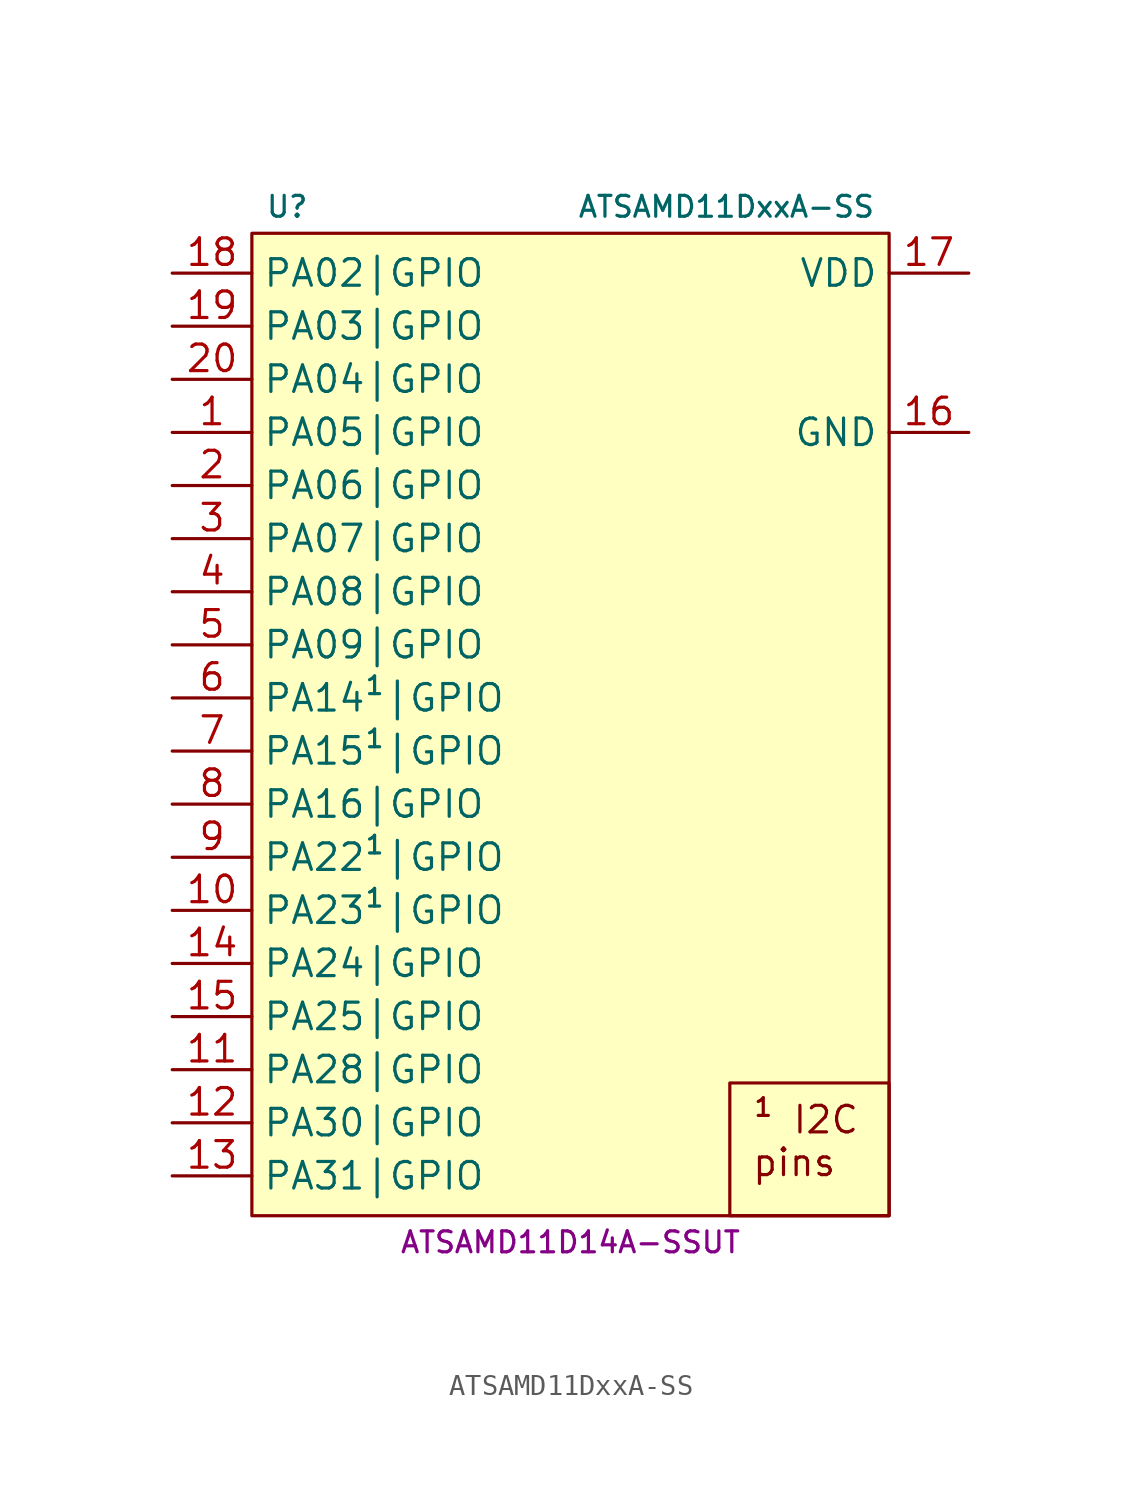
<source format=kicad_sym>
(kicad_symbol_lib
  (version 20231120)
  (generator "kicad_symbol_editor")
  (generator_version "8.0")
  (symbol "ATSAMD11DxxA-SS"
    (property "Reference" "U"
      (at -14.605 23.495 0)
      (do_not_autoplace)
      (effects (font (size 1 1)) (justify left)))
    (property "Value" "ATSAMD11DxxA-SS"
      (at 14.605 23.495 0)
      (do_not_autoplace)
      (effects (font (size 1 1)) (justify right)))
    (property "MPN" "ATSAMD11D14A-SSUT"
      (at 0 -26.035 0)
      (do_not_autoplace)
      (effects (font (size 1 1))))
    (symbol "ATSAMD11DxxA-SS_0_1"
      (rectangle (start -15.24 22.225) (end 15.24 -24.765) (stroke (width 0.152) (type default)) (fill (type background))))
    (symbol "ATSAMD11DxxA-SS_1_1"
      (text_box "¹ I2C pins" (at 7.62 -18.415 0) (size 7.62 -6.35) (stroke (width 0) (type default)) (fill (type none)) (effects (font (size 1.27 1.27)) (justify left top)))
      (pin bidirectional line (at -19.05 12.7 0) (length 3.81) (name "PA05|GPIO" (effects (font (size 1.27 1.27)))) (number "1" (effects (font (size 1.27 1.27)))) (alternate "PA05|A:EXTINT.5" input line) (alternate "PA05|B:AC.IN1" input line) (alternate "PA05|B:ADC.IN3" input line) (alternate "PA05|B:PTC.Y3" bidirectional line) (alternate "PA05|C1:SERCOM0.SCK" bidirectional clock) (alternate "PA05|C1:SERCOM0.XCK" bidirectional clock) (alternate "PA05|C2:SERCOM0.MO/SO" output line) (alternate "PA05|C2:SERCOM0.~{CTS}" input inverted) (alternate "PA05|C3:SERCOM0.MI/SI" input line) (alternate "PA05|C3:SERCOM0.RX" input line) (alternate "PA05|C3:SERCOM0.SCK" bidirectional clock) (alternate "PA05|C:SERCOM0.PAD3" bidirectional line) (alternate "PA05|D0:SERCOM0.SCK" bidirectional clock) (alternate "PA05|D0:SERCOM0.XCK" bidirectional clock) (alternate "PA05|D1:SERCOM0.MI/SI" input line) (alternate "PA05|D1:SERCOM0.RX" input line) (alternate "PA05|D1:SERCOM0.~{SS}" input inverted) (alternate "PA05|D2:SERCOM0.SCK" bidirectional clock) (alternate "PA05|D3:SERCOM0.~{SS}" input inverted) (alternate "PA05|D:SERCOM0.PAD1" bidirectional line) (alternate "PA05|E:TC1.WO1" output line) (alternate "PA05|F:TCC0.WO1" output line))
      (pin bidirectional line (at -19.05 -10.16 0) (length 3.81) (name "PA23¹|GPIO" (effects (font (size 1.27 1.27)))) (number "10" (effects (font (size 1.27 1.27)))) (alternate "PA23¹|A:EXTINT.7" input line) (alternate "PA23¹|B:PTC.X7" input line) (alternate "PA23¹|B:PTC.Y13" bidirectional line) (alternate "PA23¹|C0:SERCOM1.SCK" bidirectional clock) (alternate "PA23¹|C0:SERCOM1.XCK" bidirectional clock) (alternate "PA23¹|C1:SERCOM1.MI/SI" input line) (alternate "PA23¹|C1:SERCOM1.RX" input line) (alternate "PA23¹|C1:SERCOM1.~{SS}" input inverted) (alternate "PA23¹|C2:SERCOM1.SCK" bidirectional clock) (alternate "PA23¹|C3:SERCOM1.~{SS}" input inverted) (alternate "PA23¹|C:SERCOM1.PAD1" bidirectional line) (alternate "PA23¹|C:SERCOM1.SCL" open_collector clock) (alternate "PA23¹|D0:SERCOM2.SCK" bidirectional clock) (alternate "PA23¹|D0:SERCOM2.XCK" bidirectional clock) (alternate "PA23¹|D1:SERCOM2.MI/SI" input line) (alternate "PA23¹|D1:SERCOM2.RX" input line) (alternate "PA23¹|D1:SERCOM2.~{SS}" input inverted) (alternate "PA23¹|D2:SERCOM2.SCK" bidirectional clock) (alternate "PA23¹|D3:SERCOM2.~{SS}" input inverted) (alternate "PA23¹|D:SERCOM2.PAD1" bidirectional line) (alternate "PA23¹|D:SERCOM2.SCL" open_collector clock) (alternate "PA23¹|E:TC1.WO1" output line) (alternate "PA23¹|F:TCC0.WO5" output line) (alternate "PA23¹|G:USB.SOF" output clock) (alternate "PA23¹|H:GCLK.IO2" bidirectional clock))
      (pin bidirectional line (at -19.05 -17.78 0) (length 3.81) (name "PA28|GPIO" (effects (font (size 1.27 1.27)))) (number "11" (effects (font (size 1.27 1.27)))) (alternate "~{RST}" input inverted))
      (pin bidirectional line (at -19.05 -20.32 0) (length 3.81) (name "PA30|GPIO" (effects (font (size 1.27 1.27)))) (number "12" (effects (font (size 1.27 1.27)))) (alternate "PA30|A:EXTINT.2" input line) (alternate "PA30|C0:SERCOM1.MI/SI" input line) (alternate "PA30|C0:SERCOM1.MO/SO" output line) (alternate "PA30|C0:SERCOM1.RX" input line) (alternate "PA30|C0:SERCOM1.TX" output line) (alternate "PA30|C0:SERCOM1.~{RTS}" output inverted) (alternate "PA30|C2:SERCOM1.TX" output line) (alternate "PA30|C3:SERCOM1.MO/SO" output line) (alternate "PA30|C:SERCOM1.PAD0" bidirectional line) (alternate "PA30|D0:SERCOM1.~{SS}" input inverted) (alternate "PA30|D1:SERCOM1.MO/SO" output line) (alternate "PA30|D1:SERCOM1.TX" output line) (alternate "PA30|D2:SERCOM1.MI/SI" input line) (alternate "PA30|D2:SERCOM1.RX" input line) (alternate "PA30|D2:SERCOM1.~{SS}" input inverted) (alternate "PA30|D:SERCOM1.PAD2" bidirectional line) (alternate "PA30|E:TC2.WO0" output line) (alternate "PA30|F:TCC0.WO2" output line) (alternate "PA30|G:SWCLK" input clock) (alternate "PA30|H:GCLK.IO0" bidirectional clock))
      (pin bidirectional line (at -19.05 -22.86 0) (length 3.81) (name "PA31|GPIO" (effects (font (size 1.27 1.27)))) (number "13" (effects (font (size 1.27 1.27)))) (alternate "PA31|A:EXTINT.3" input line) (alternate "PA31|C0:SERCOM1.SCK" bidirectional clock) (alternate "PA31|C0:SERCOM1.XCK" bidirectional clock) (alternate "PA31|C1:SERCOM1.MI/SI" input line) (alternate "PA31|C1:SERCOM1.RX" input line) (alternate "PA31|C1:SERCOM1.~{SS}" input inverted) (alternate "PA31|C2:SERCOM1.SCK" bidirectional clock) (alternate "PA31|C3:SERCOM1.~{SS}" input inverted) (alternate "PA31|C:SERCOM1.PAD1" bidirectional line) (alternate "PA31|D1:SERCOM1.SCK" bidirectional clock) (alternate "PA31|D1:SERCOM1.XCK" bidirectional clock) (alternate "PA31|D2:SERCOM1.~{CTS}" input inverted) (alternate "PA31|D3:SERCOM1.MI/SI" input line) (alternate "PA31|D3:SERCOM1.MO/SO" output line) (alternate "PA31|D3:SERCOM1.RX" input line) (alternate "PA31|D3:SERCOM1.SCK" bidirectional clock) (alternate "PA31|D:SERCOM1.PAD3" bidirectional line) (alternate "PA31|E:TC2.WO1" output line) (alternate "PA31|F:TCC0.WO3" output line) (alternate "PA31|G:SWDIO" bidirectional line) (alternate "PA31|H:GCLK.IO0" bidirectional clock))
      (pin bidirectional line (at -19.05 -12.7 0) (length 3.81) (name "PA24|GPIO" (effects (font (size 1.27 1.27)))) (number "14" (effects (font (size 1.27 1.27)))) (alternate "PA24|A:EXTINT.4" input line) (alternate "PA24|B:PTC.X8" input line) (alternate "PA24|B:PTC.Y14" bidirectional line) (alternate "PA24|C0:SERCOM1.~{SS}" input inverted) (alternate "PA24|C1:SERCOM1.MO/SO" output line) (alternate "PA24|C1:SERCOM1.TX" output line) (alternate "PA24|C2:SERCOM1.MI/SI" input line) (alternate "PA24|C2:SERCOM1.RX" input line) (alternate "PA24|C2:SERCOM1.~{RTS}" output inverted) (alternate "PA24|C2:SERCOM1.~{SS}" input inverted) (alternate "PA24|C:SERCOM1.PAD2" bidirectional line) (alternate "PA24|D0:SERCOM2.~{SS}" input inverted) (alternate "PA24|D1:SERCOM2.MO/SO" output line) (alternate "PA24|D1:SERCOM2.TX" output line) (alternate "PA24|D2:SERCOM2.MI/SI" input line) (alternate "PA24|D2:SERCOM2.RX" input line) (alternate "PA24|D2:SERCOM2.~{RTS}" output inverted) (alternate "PA24|D2:SERCOM2.~{SS}" input inverted) (alternate "PA24|D:SERCOM2.PAD2" bidirectional line) (alternate "PA24|E:TCC0.WO2" output line) (alternate "PA24|F:TCC0.WO4" output line) (alternate "PA24|G:USB.D-" bidirectional inverted) (alternate "PA24|H:GCLK.IO0" bidirectional clock))
      (pin bidirectional line (at -19.05 -15.24 0) (length 3.81) (name "PA25|GPIO" (effects (font (size 1.27 1.27)))) (number "15" (effects (font (size 1.27 1.27)))) (alternate "PA25|A:EXTINT.5" input line) (alternate "PA25|B:PTC.X9" input line) (alternate "PA25|B:PTC.Y15" bidirectional line) (alternate "PA25|C1:SERCOM1.SCK" bidirectional clock) (alternate "PA25|C1:SERCOM1.XCK" bidirectional clock) (alternate "PA25|C2:SERCOM1.MO/SO" output line) (alternate "PA25|C2:SERCOM1.~{CTS}" input inverted) (alternate "PA25|C3:SERCOM1.MI/SI" input line) (alternate "PA25|C3:SERCOM1.RX" input line) (alternate "PA25|C3:SERCOM1.SCK" bidirectional clock) (alternate "PA25|C:SERCOM1.PAD3" bidirectional line) (alternate "PA25|D1:SERCOM2.SCK" bidirectional clock) (alternate "PA25|D1:SERCOM2.XCK" bidirectional clock) (alternate "PA25|D2:SERCOM2.MO/SO" output line) (alternate "PA25|D2:SERCOM2.~{CTS}" input inverted) (alternate "PA25|D3:SERCOM2.MI/SI" input line) (alternate "PA25|D3:SERCOM2.RX" input line) (alternate "PA25|D3:SERCOM2.SCK" bidirectional clock) (alternate "PA25|D:SERCOM2.PAD3" bidirectional line) (alternate "PA25|E:TCC0.WO3" output line) (alternate "PA25|G:USB.D+" bidirectional line) (alternate "PA25|H:GCLK.IO0" bidirectional clock))
      (pin power_in line (at 19.05 12.7 180) (length 3.81) (name "GND" (effects (font (size 1.27 1.27)))) (number "16" (effects (font (size 1.27 1.27)))))
      (pin power_in line (at 19.05 20.32 180) (length 3.81) (name "VDD" (effects (font (size 1.27 1.27)))) (number "17" (effects (font (size 1.27 1.27)))))
      (pin bidirectional line (at -19.05 20.32 0) (length 3.81) (name "PA02|GPIO" (effects (font (size 1.27 1.27)))) (number "18" (effects (font (size 1.27 1.27)))) (alternate "PA02|A:EXTINT.2" input line) (alternate "PA02|B:ADC.IN0" input line) (alternate "PA02|B:DAC.VOUT" output line) (alternate "PA02|B:PTC.Y0" bidirectional line))
      (pin bidirectional line (at -19.05 17.78 0) (length 3.81) (name "PA03|GPIO" (effects (font (size 1.27 1.27)))) (number "19" (effects (font (size 1.27 1.27)))) (alternate "PA03|A:EXTINT.3" input line) (alternate "PA03|B:ADC.IN1" input line) (alternate "PA03|B:ADC.VREFA" input line) (alternate "PA03|B:DAC.VREFA" input line) (alternate "PA03|B:PTC.Y1" bidirectional line))
      (pin bidirectional line (at -19.05 10.16 0) (length 3.81) (name "PA06|GPIO" (effects (font (size 1.27 1.27)))) (number "2" (effects (font (size 1.27 1.27)))) (alternate "PA06|A:EXTINT.6" input line) (alternate "PA06|B:AC.IN2" input line) (alternate "PA06|B:ADC.IN4" input line) (alternate "PA06|B:PTC.Y4" bidirectional line) (alternate "PA06|C0:SERCOM0.MI/SI" input line) (alternate "PA06|C0:SERCOM0.MO/SO" output line) (alternate "PA06|C0:SERCOM0.RX" input line) (alternate "PA06|C0:SERCOM0.TX" output line) (alternate "PA06|C2:SERCOM0.TX" output line) (alternate "PA06|C3:SERCOM0.MO/SO" output line) (alternate "PA06|C:SERCOM0.PAD0" bidirectional line) (alternate "PA06|D0:SERCOM0.~{SS}" input inverted) (alternate "PA06|D1:SERCOM0.MO/SO" output line) (alternate "PA06|D1:SERCOM0.TX" output line) (alternate "PA06|D2:SERCOM0.MI/SI" input line) (alternate "PA06|D2:SERCOM0.RX" input line) (alternate "PA06|D2:SERCOM0.~{RTS}" output inverted) (alternate "PA06|D2:SERCOM0.~{SS}" input inverted) (alternate "PA06|D:SERCOM0.PAD2" bidirectional line) (alternate "PA06|E:TC2.WO0" output line) (alternate "PA06|F:TCC0.WO2" output line))
      (pin bidirectional line (at -19.05 15.24 0) (length 3.81) (name "PA04|GPIO" (effects (font (size 1.27 1.27)))) (number "20" (effects (font (size 1.27 1.27)))) (alternate "PA04|A:EXTINT.4" input line) (alternate "PA04|B:AC.IN0" input line) (alternate "PA04|B:ADC.IN2" input line) (alternate "PA04|B:ADC.VREFB" input line) (alternate "PA04|B:PTC.Y2" bidirectional line) (alternate "PA04|C0:SERCOM0.~{SS}" input inverted) (alternate "PA04|C1:SERCOM0.MO/SO" output line) (alternate "PA04|C1:SERCOM0.TX" output line) (alternate "PA04|C2:SERCOM0.MI/SI" input line) (alternate "PA04|C2:SERCOM0.RX" input line) (alternate "PA04|C2:SERCOM0.~{RTS}" output inverted) (alternate "PA04|C2:SERCOM0.~{SS}" input inverted) (alternate "PA04|C:SERCOM0.PAD2" bidirectional line) (alternate "PA04|D0:SERCOM0.MI/SI" input line) (alternate "PA04|D0:SERCOM0.MO/SO" output line) (alternate "PA04|D0:SERCOM0.RX" input line) (alternate "PA04|D0:SERCOM0.TX" output line) (alternate "PA04|D2:SERCOM0.TX" output line) (alternate "PA04|D3:SERCOM0.MO/SO" output line) (alternate "PA04|D:SERCOM0.PAD0" bidirectional line) (alternate "PA04|E:TC1.WO0" output line) (alternate "PA04|F:TCC0.WO0" output line))
      (pin bidirectional line (at -19.05 7.62 0) (length 3.81) (name "PA07|GPIO" (effects (font (size 1.27 1.27)))) (number "3" (effects (font (size 1.27 1.27)))) (alternate "PA07|A:EXTINT.7" input line) (alternate "PA07|B:AC.IN3" input line) (alternate "PA07|B:ADC.IN5" input line) (alternate "PA07|B:PTC.Y5" bidirectional line) (alternate "PA07|C0:SERCOM0.SCK" bidirectional clock) (alternate "PA07|C0:SERCOM0.XCK" bidirectional clock) (alternate "PA07|C1:SERCOM0.MI/SI" input line) (alternate "PA07|C1:SERCOM0.RX" input line) (alternate "PA07|C1:SERCOM0.~{SS}" input inverted) (alternate "PA07|C2:SERCOM0.SCK" bidirectional clock) (alternate "PA07|C2:SERCOM0.~{SS}" input inverted) (alternate "PA07|C:SERCOM0.PAD1" bidirectional line) (alternate "PA07|D1:SERCOM0.SCK" bidirectional clock) (alternate "PA07|D1:SERCOM0.XCK" bidirectional clock) (alternate "PA07|D2:SERCOM0.MO/SO" output line) (alternate "PA07|D2:SERCOM0.~{CTS}" input inverted) (alternate "PA07|D3:SERCOM0.MI/SI" input line) (alternate "PA07|D3:SERCOM0.RX" input line) (alternate "PA07|D3:SERCOM0.SCK" bidirectional clock) (alternate "PA07|D:SERCOM0.PAD3" bidirectional line) (alternate "PA07|E:TC2.WO1" output line) (alternate "PA07|F:TCC0.WO3" output line))
      (pin bidirectional line (at -19.05 5.08 0) (length 3.81) (name "PA08|GPIO" (effects (font (size 1.27 1.27)))) (number "4" (effects (font (size 1.27 1.27)))) (alternate "PA08|A:EXTINT.6" input line) (alternate "PA08|C0:SERCOM1.~{SS}" input inverted) (alternate "PA08|C1:SERCOM1.MO/SO" output line) (alternate "PA08|C1:SERCOM1.TX" output line) (alternate "PA08|C2:SERCOM1.MI/SI" input line) (alternate "PA08|C2:SERCOM1.RX" input line) (alternate "PA08|C2:SERCOM1.~{RTS}" output inverted) (alternate "PA08|C2:SERCOM1.~{SS}" input inverted) (alternate "PA08|C:SERCOM1.PAD2" bidirectional line) (alternate "PA08|D0:SERCOM0.~{SS}" input inverted) (alternate "PA08|D1:SERCOM0.MO/SO" output line) (alternate "PA08|D1:SERCOM0.TX" output line) (alternate "PA08|D2:SERCOM0.MI/SI" input line) (alternate "PA08|D2:SERCOM0.RX" input line) (alternate "PA08|D2:SERCOM0.~{RTS}" output inverted) (alternate "PA08|D2:SERCOM0.~{SS}" input inverted) (alternate "PA08|D:SERCOM0.PAD2" bidirectional line) (alternate "PA08|E:TCC0.WO2" output line) (alternate "PA08|F:TCC0.WO4" output line) (alternate "PA08|H:GCLK.IO0" bidirectional clock) (alternate "PA08|XIN" input clock) (alternate "PA08|XIN32" input clock))
      (pin bidirectional line (at -19.05 2.54 0) (length 3.81) (name "PA09|GPIO" (effects (font (size 1.27 1.27)))) (number "5" (effects (font (size 1.27 1.27)))) (alternate "PA09|A:EXTINT.7" input line) (alternate "PA09|C1:SERCOM1.SCK" bidirectional clock) (alternate "PA09|C1:SERCOM1.XCK" bidirectional clock) (alternate "PA09|C2:SERCOM1.MO/SO" output line) (alternate "PA09|C2:SERCOM1.~{CTS}" input inverted) (alternate "PA09|C3:SERCOM1.MI/SI" input line) (alternate "PA09|C3:SERCOM1.RX" input line) (alternate "PA09|C3:SERCOM1.SCK" bidirectional clock) (alternate "PA09|C:SERCOM1.PAD3" bidirectional line) (alternate "PA09|D1:SERCOM0.SCK" bidirectional clock) (alternate "PA09|D1:SERCOM0.XCK" bidirectional clock) (alternate "PA09|D2:SERCOM0.MO/SO" output line) (alternate "PA09|D2:SERCOM0.~{CTS}" input inverted) (alternate "PA09|D3:SERCOM0.MI/SI" input line) (alternate "PA09|D3:SERCOM0.RX" input line) (alternate "PA09|D3:SERCOM0.SCK" bidirectional clock) (alternate "PA09|D:SERCOM0.PAD3" bidirectional line) (alternate "PA09|E:TCC0.WO3" output line) (alternate "PA09|F:TCC0.WO5" output line) (alternate "PA09|H:GCLK.IO1" bidirectional clock) (alternate "PA09|XOUT" output clock) (alternate "PA09|XOUT32" output clock))
      (pin bidirectional line (at -19.05 0 0) (length 3.81) (name "PA14¹|GPIO" (effects (font (size 1.27 1.27)))) (number "6" (effects (font (size 1.27 1.27)))) (alternate "PA14¹|A:NMI" input line) (alternate "PA14¹|B:AC.CMP0" output line) (alternate "PA14¹|B:ADC.IN6" input line) (alternate "PA14¹|B:PTC.X0" input line) (alternate "PA14¹|B:PTC.Y6" bidirectional line) (alternate "PA14¹|C0:SERCOM0.MI/SI" input line) (alternate "PA14¹|C0:SERCOM0.MO/SO" output line) (alternate "PA14¹|C0:SERCOM0.RX" input line) (alternate "PA14¹|C0:SERCOM0.TX" output line) (alternate "PA14¹|C2:SERCOM0.TX" output line) (alternate "PA14¹|C3:SERCOM0.MO/SO" output line) (alternate "PA14¹|C:SERCOM0.PAD0" bidirectional line) (alternate "PA14¹|C:SERCOM0.SDA" open_collector line) (alternate "PA14¹|D0:SERCOM2.MI/SI" input line) (alternate "PA14¹|D0:SERCOM2.MO/SO" output line) (alternate "PA14¹|D0:SERCOM2.RX" input line) (alternate "PA14¹|D0:SERCOM2.TX" output line) (alternate "PA14¹|D2:SERCOM2.TX" output line) (alternate "PA14¹|D3:SERCOM2.MO/SO" output line) (alternate "PA14¹|D:SERCOM2.PAD0" bidirectional line) (alternate "PA14¹|D:SERCOM2.SDA" open_collector line) (alternate "PA14¹|E:TC1.WO0" output line) (alternate "PA14¹|F:TCC0.WO0" output line) (alternate "PA14¹|H:GCLK.IO4" bidirectional clock))
      (pin bidirectional line (at -19.05 -2.54 0) (length 3.81) (name "PA15¹|GPIO" (effects (font (size 1.27 1.27)))) (number "7" (effects (font (size 1.27 1.27)))) (alternate "PA15¹|A:EXTINT.1" input line) (alternate "PA15¹|B:AC.CMP1" output line) (alternate "PA15¹|B:ADC.IN7" input line) (alternate "PA15¹|B:PTC.X1" input line) (alternate "PA15¹|B:PTC.Y7" bidirectional line) (alternate "PA15¹|C0:SERCOM0.SCK" bidirectional clock) (alternate "PA15¹|C0:SERCOM0.XCK" bidirectional clock) (alternate "PA15¹|C1:SERCOM0.MI/SI" input line) (alternate "PA15¹|C1:SERCOM0.RX" input line) (alternate "PA15¹|C1:SERCOM0.~{SS}" input inverted) (alternate "PA15¹|C2:SERCOM0.SCK" bidirectional clock) (alternate "PA15¹|C3:SERCOM0.~{SS}" input inverted) (alternate "PA15¹|C:SERCOM0.PAD1" bidirectional line) (alternate "PA15¹|C:SERCOM0.SCL" open_collector clock) (alternate "PA15¹|D0:SERCOM2.SCK" bidirectional clock) (alternate "PA15¹|D0:SERCOM2.XCK" bidirectional clock) (alternate "PA15¹|D1:SERCOM2.MI/SI" input line) (alternate "PA15¹|D1:SERCOM2.RX" input line) (alternate "PA15¹|D1:SERCOM2.~{SS}" input inverted) (alternate "PA15¹|D2:SERCOM2.SCK" bidirectional clock) (alternate "PA15¹|D3:SERCOM2.~{SS}" input inverted) (alternate "PA15¹|D:SERCOM2.PAD1" bidirectional line) (alternate "PA15¹|D:SERCOM2.SCL" open_collector clock) (alternate "PA15¹|E:TC1.WO1" output line) (alternate "PA15¹|F:TCC0.WO1" output line) (alternate "PA15¹|H:GCLK.IO5" bidirectional clock))
      (pin bidirectional line (at -19.05 -5.08 0) (length 3.81) (name "PA16|GPIO" (effects (font (size 1.27 1.27)))) (number "8" (effects (font (size 1.27 1.27)))) (alternate "PA16|A:EXTINT.0" input line) (alternate "PA16|B:PTC.X4" input line) (alternate "PA16|B:PTC.Y10" bidirectional line) (alternate "PA16|C0:SERCOM1.~{SS}" input inverted) (alternate "PA16|C1:SERCOM1.MO/SO" output line) (alternate "PA16|C1:SERCOM1.TX" output line) (alternate "PA16|C2:SERCOM1.MI/SI" input line) (alternate "PA16|C2:SERCOM1.RX" input line) (alternate "PA16|C2:SERCOM1.~{RTS}" output inverted) (alternate "PA16|C2:SERCOM1.~{SS}" input inverted) (alternate "PA16|C:SERCOM1.PAD2" bidirectional line) (alternate "PA16|D0:SERCOM2.~{SS}" input inverted) (alternate "PA16|D1:SERCOM2.MO/SO" output line) (alternate "PA16|D1:SERCOM2.TX" output line) (alternate "PA16|D2:SERCOM2.MI/SI" input line) (alternate "PA16|D2:SERCOM2.RX" input line) (alternate "PA16|D2:SERCOM2.~{RTS}" output inverted) (alternate "PA16|D2:SERCOM2.~{SS}" input inverted) (alternate "PA16|D:SERCOM2.PAD2" bidirectional line) (alternate "PA16|E:TC1.WO0" output line) (alternate "PA16|F:TCC0.WO6" output line) (alternate "PA16|H:GCLK.IO2" bidirectional clock))
      (pin bidirectional line (at -19.05 -7.62 0) (length 3.81) (name "PA22¹|GPIO" (effects (font (size 1.27 1.27)))) (number "9" (effects (font (size 1.27 1.27)))) (alternate "PA22¹|A:EXTINT.6" input line) (alternate "PA22¹|B:PTC.X6" input line) (alternate "PA22¹|B:PTC.Y12" bidirectional line) (alternate "PA22¹|C0:SERCOM1.MI/SI" input line) (alternate "PA22¹|C0:SERCOM1.MO/SO" output line) (alternate "PA22¹|C0:SERCOM1.RX" input line) (alternate "PA22¹|C0:SERCOM1.TX" output line) (alternate "PA22¹|C2:SERCOM1.TX" output line) (alternate "PA22¹|C3:SERCOM1.MO/SO" output line) (alternate "PA22¹|C:SERCOM1.PAD0" bidirectional line) (alternate "PA22¹|C:SERCOM1.SDA" open_collector line) (alternate "PA22¹|D0:SERCOM2.MI/SI" input line) (alternate "PA22¹|D0:SERCOM2.MO/SO" output line) (alternate "PA22¹|D0:SERCOM2.RX" input line) (alternate "PA22¹|D0:SERCOM2.TX" output line) (alternate "PA22¹|D2:SERCOM2.TX" output line) (alternate "PA22¹|D3:SERCOM2.MO/SO" output line) (alternate "PA22¹|D:SERCOM2.PAD0" bidirectional line) (alternate "PA22¹|D:SERCOM2.SDA" open_collector line) (alternate "PA22¹|E:TC1.WO0" output line) (alternate "PA22¹|F:TCC0.WO4" output line) (alternate "PA22¹|H:GCLK.IO1" bidirectional clock)))))
</source>
